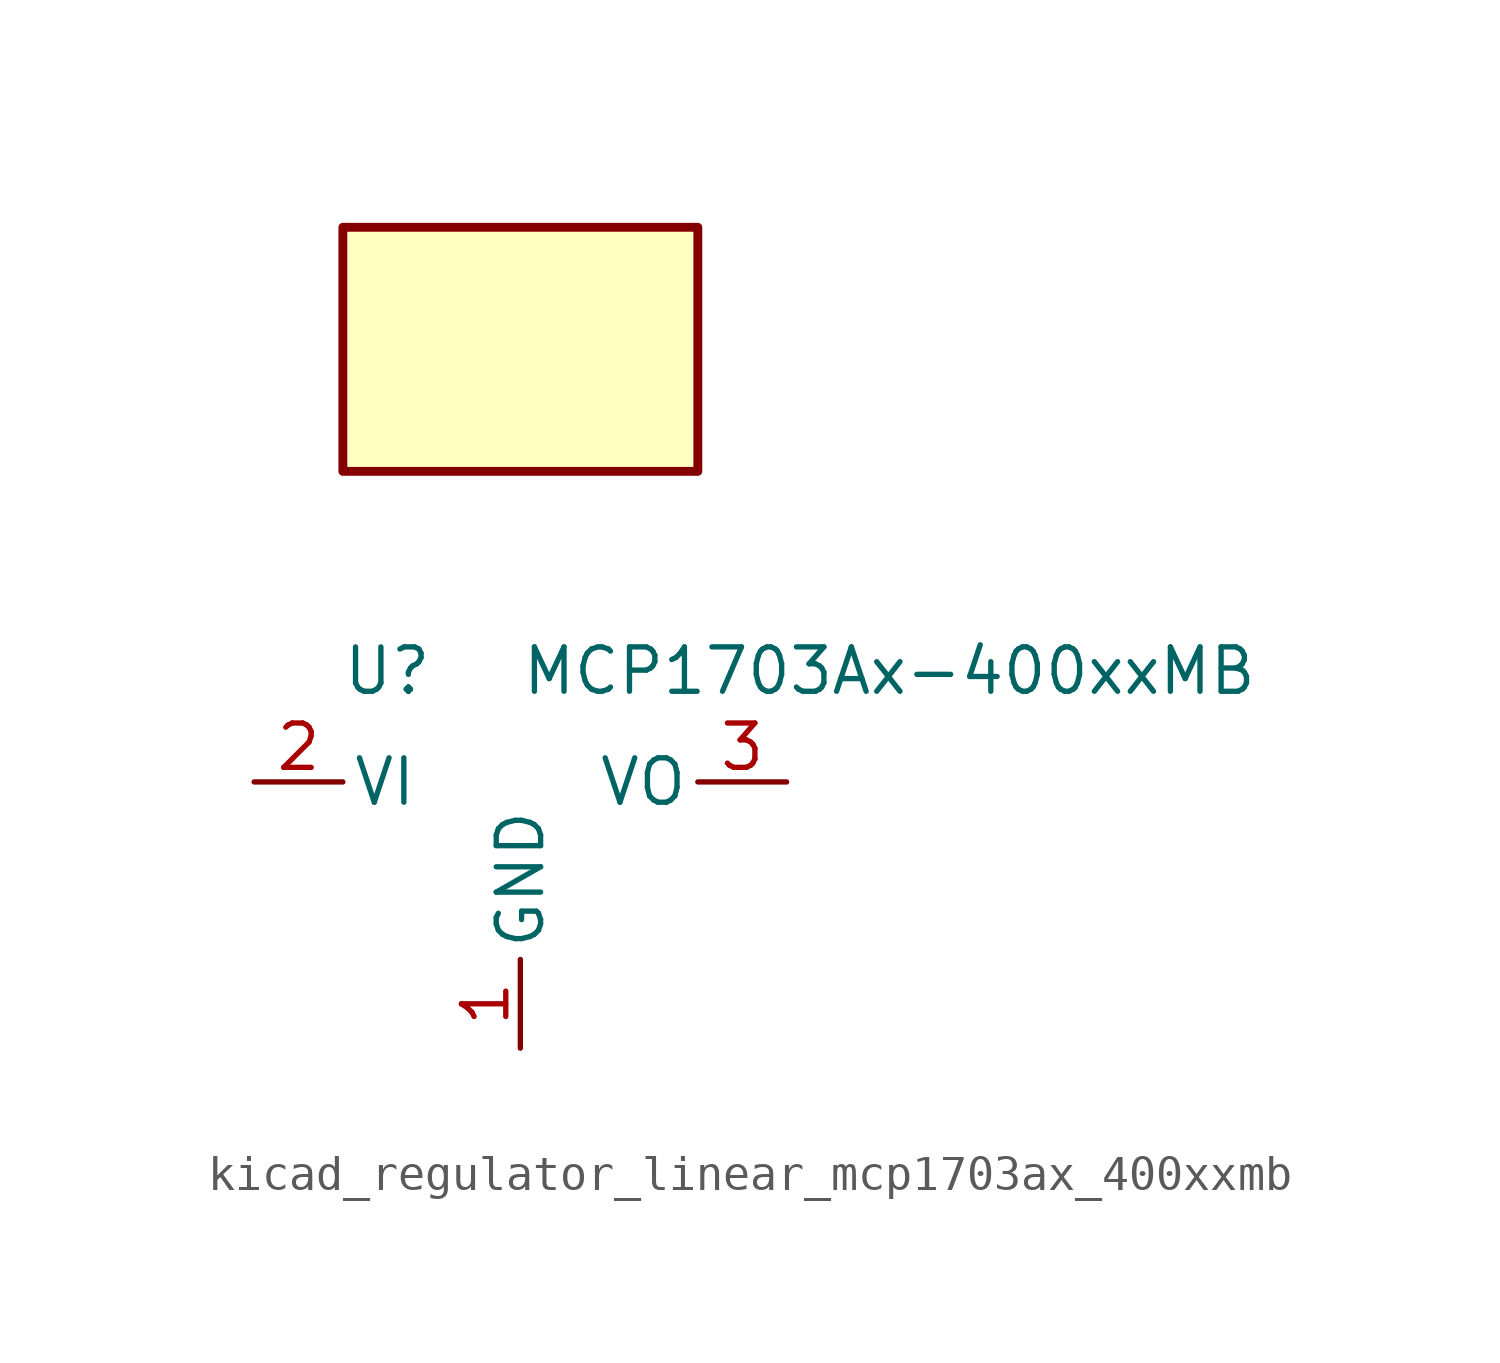
<source format=kicad_sym>
(kicad_symbol_lib
  (version 20220914)
  (generator kicad_symbol_editor)
  (symbol "kicad_regulator_linear_mcp1703ax_400xxmb"
    (pin_names
      (offset 0.254))
    (property "Reference" "U"
      (at -3.81 3.175 0)
      (effects (font (size 1.27 1.27))))
    (property "Value" "MCP1703Ax-400xxMB"
      (at 0 3.175 0)
      (effects (font (size 1.27 1.27)) (justify left)))
    (symbol "kicad_regulator_linear_mcp1703ax_400xxmb_0_1"
      (rectangle (start 5.08 15.875) (end -5.08 8.89) (stroke (width 0.254) (type default)) (fill (type background))))
    (symbol "kicad_regulator_linear_mcp1703ax_400xxmb_1_1"
      (pin power_in line (at 0 -7.62 90) (length 2.54) (name "GND" (effects (font (size 1.27 1.27)))) (number "1" (effects (font (size 1.27 1.27)))))
      (pin power_in line (at -7.62 0 0) (length 2.54) (name "VI" (effects (font (size 1.27 1.27)))) (number "2" (effects (font (size 1.27 1.27)))))
      (pin power_out line (at 7.62 0 180) (length 2.54) (name "VO" (effects (font (size 1.27 1.27)))) (number "3" (effects (font (size 1.27 1.27))))))))
</source>
